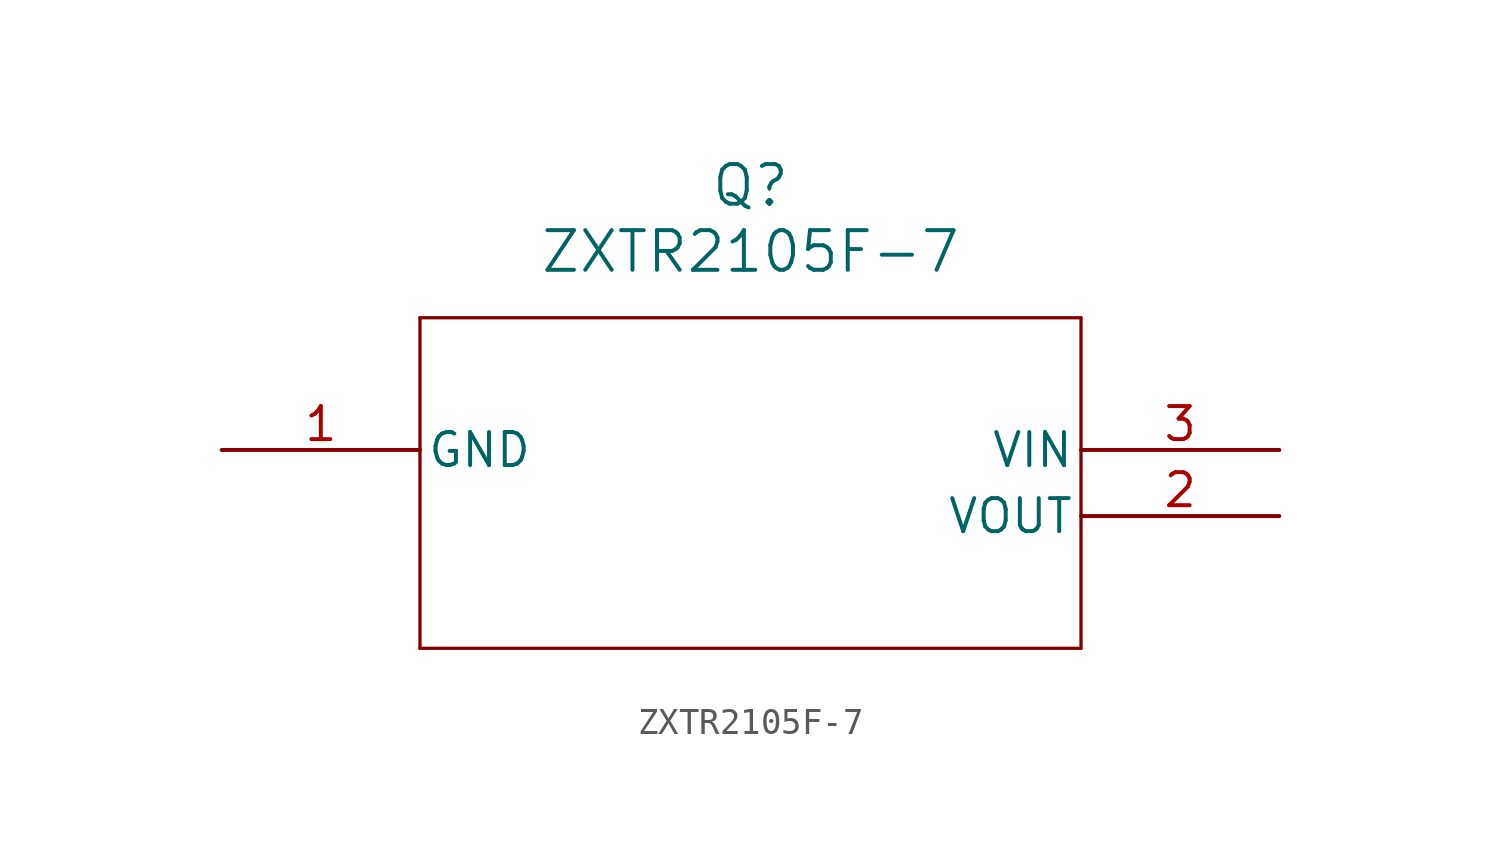
<source format=kicad_sym>
(kicad_symbol_lib
  (version 20211014)
  (generator kicad_symbol_editor)
  (symbol "ZXTR2105F-7"
    (pin_names
      (offset 0.254))
    (property "Reference" "Q"
      (at 20.32 10.16 0)
      (effects (font (size 1.524 1.524))))
    (property "Value" "ZXTR2105F-7"
      (at 20.32 7.62 0)
      (effects (font (size 1.524 1.524))))
    (symbol "ZXTR2105F-7_0_1"
      (polyline (pts (xy 7.62 5.08) (xy 7.62 -7.62)) (stroke (width 0.127) (type default) (color 0 0 0 0)) (fill (type none)))
      (polyline (pts (xy 7.62 -7.62) (xy 33.02 -7.62)) (stroke (width 0.127) (type default) (color 0 0 0 0)) (fill (type none)))
      (polyline (pts (xy 33.02 -7.62) (xy 33.02 5.08)) (stroke (width 0.127) (type default) (color 0 0 0 0)) (fill (type none)))
      (polyline (pts (xy 33.02 5.08) (xy 7.62 5.08)) (stroke (width 0.127) (type default) (color 0 0 0 0)) (fill (type none)))
      (pin power_out line (at 0 0 0) (length 7.62) (name "GND" (effects (font (size 1.27 1.27)))) (number "1" (effects (font (size 1.27 1.27)))))
      (pin output line (at 40.64 -2.54 180) (length 7.62) (name "VOUT" (effects (font (size 1.27 1.27)))) (number "2" (effects (font (size 1.27 1.27)))))
      (pin power_in line (at 40.64 0 180) (length 7.62) (name "VIN" (effects (font (size 1.27 1.27)))) (number "3" (effects (font (size 1.27 1.27))))))))
</source>
